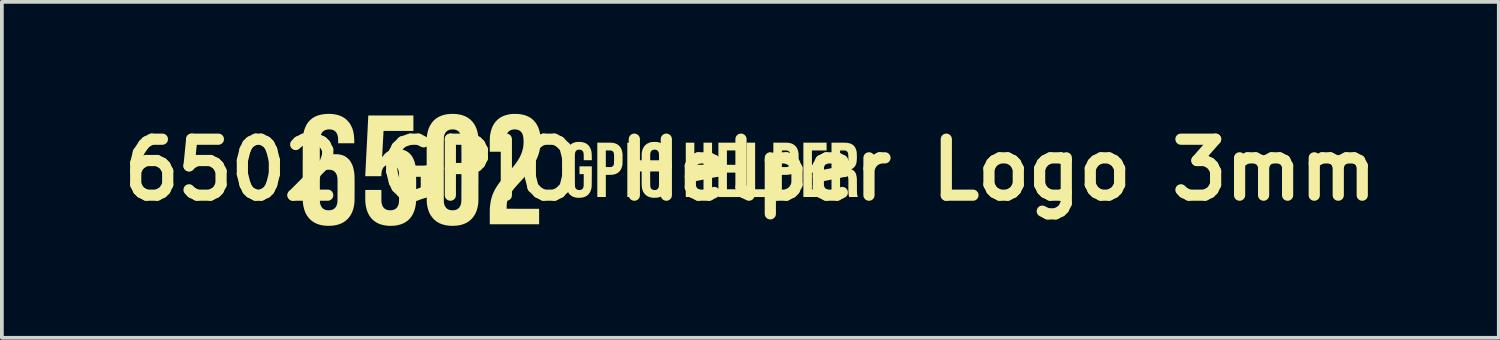
<source format=kicad_pcb>
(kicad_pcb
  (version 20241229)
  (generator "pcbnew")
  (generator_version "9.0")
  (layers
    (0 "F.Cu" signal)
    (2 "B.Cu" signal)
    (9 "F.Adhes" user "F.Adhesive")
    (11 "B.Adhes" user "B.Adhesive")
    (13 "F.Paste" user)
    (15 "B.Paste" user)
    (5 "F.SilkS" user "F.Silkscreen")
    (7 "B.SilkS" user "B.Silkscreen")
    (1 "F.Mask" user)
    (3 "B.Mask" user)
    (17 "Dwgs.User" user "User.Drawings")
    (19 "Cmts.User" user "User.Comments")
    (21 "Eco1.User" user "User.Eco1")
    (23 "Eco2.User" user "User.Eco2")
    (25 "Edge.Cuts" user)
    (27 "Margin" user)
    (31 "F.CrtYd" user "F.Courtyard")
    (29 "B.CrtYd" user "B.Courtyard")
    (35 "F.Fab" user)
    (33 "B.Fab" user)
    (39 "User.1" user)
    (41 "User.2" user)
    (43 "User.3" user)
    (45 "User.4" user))
  (footprint "6502 GPIO Helper Logo 3mm"
    (layer "F.Cu")
    (at 17.05 1.5)
    (property "Reference" "6502 GPIO Helper Logo 3mm" (at 0 0 0) (layer "F.SilkS") (effects (font (size 1.5 1.5) (thickness 0.3))))
    (attr board_only exclude_from_pos_files exclude_from_bom)
    (fp_poly (pts (xy -3.066 0) (xy -3.066 0.728) (xy -3.18 0.728) (xy -3.295 0.728) (xy -3.295 0) (xy -3.295 -0.728) (xy -3.18 -0.728) (xy -3.066 -0.728)) (stroke (width 0) (type solid)) (fill yes) (layer "F.SilkS"))
    (fp_poly (pts (xy 0.129 -0.104) (xy 0.129 0.52) (xy 0.317 0.52) (xy 0.505 0.52) (xy 0.505 0.624) (xy 0.505 0.728) (xy 0.203 0.728) (xy -0.099 0.728) (xy -0.099 0) (xy -0.099 -0.728) (xy 0.015 -0.728) (xy 0.129 -0.728)) (stroke (width 0) (type solid)) (fill yes) (layer "F.SilkS"))
    (fp_poly (pts (xy -1.5 -0.431) (xy -1.5 -0.135) (xy -1.377 -0.135) (xy -1.254 -0.135) (xy -1.254 -0.431) (xy -1.254 -0.728) (xy -1.14 -0.728) (xy -1.025 -0.728) (xy -1.025 0) (xy -1.025 0.728) (xy -1.14 0.728) (xy -1.254 0.728) (xy -1.254 0.401) (xy -1.254 0.074) (xy -1.377 0.074) (xy -1.5 0.074) (xy -1.5 0.401) (xy -1.5 0.728) (xy -1.614 0.728) (xy -1.729 0.728) (xy -1.729 0) (xy -1.729 -0.728) (xy -1.614 -0.728) (xy -1.5 -0.728)) (stroke (width 0) (type solid)) (fill yes) (layer "F.SilkS"))
    (fp_poly (pts (xy -0.231 -0.624) (xy -0.231 -0.52) (xy -0.429 -0.52) (xy -0.627 -0.52) (xy -0.627 -0.327) (xy -0.627 -0.135) (xy -0.47 -0.135) (xy -0.312 -0.135) (xy -0.312 -0.03) (xy -0.312 0.074) (xy -0.47 0.074) (xy -0.627 0.074) (xy -0.627 0.297) (xy -0.627 0.52) (xy -0.429 0.52) (xy -0.231 0.52) (xy -0.231 0.624) (xy -0.231 0.728) (xy -0.543 0.728) (xy -0.855 0.728) (xy -0.855 0) (xy -0.855 -0.728) (xy -0.543 -0.728) (xy -0.231 -0.728)) (stroke (width 0) (type solid)) (fill yes) (layer "F.SilkS"))
    (fp_poly (pts (xy 2.043 -0.624) (xy 2.043 -0.52) (xy 1.847 -0.52) (xy 1.65 -0.52) (xy 1.65 -0.327) (xy 1.65 -0.135) (xy 1.806 -0.135) (xy 1.839 -0.135) (xy 1.868 -0.134) (xy 1.892 -0.134) (xy 1.912 -0.134) (xy 1.928 -0.134) (xy 1.941 -0.134) (xy 1.95 -0.133) (xy 1.957 -0.133) (xy 1.961 -0.132) (xy 1.962 -0.132) (xy 1.962 -0.131) (xy 1.963 -0.128) (xy 1.963 -0.121) (xy 1.963 -0.109) (xy 1.963 -0.094) (xy 1.963 -0.076) (xy 1.963 -0.056) (xy 1.963 -0.034) (xy 1.963 -0.028) (xy 1.963 0.072) (xy 1.806 0.073) (xy 1.65 0.074) (xy 1.65 0.297) (xy 1.65 0.52) (xy 1.847 0.52) (xy 2.043 0.52) (xy 2.043 0.624) (xy 2.043 0.728) (xy 1.732 0.728) (xy 1.421 0.728) (xy 1.421 0) (xy 1.421 -0.728) (xy 1.732 -0.728) (xy 2.043 -0.728)) (stroke (width 0) (type solid)) (fill yes) (layer "F.SilkS"))
    (fp_poly (pts (xy -3.873 -0.728) (xy -3.838 -0.728) (xy -3.807 -0.728) (xy -3.781 -0.728) (xy -3.757 -0.728) (xy -3.737 -0.727) (xy -3.719 -0.726) (xy -3.704 -0.725) (xy -3.69 -0.724) (xy -3.678 -0.723) (xy -3.667 -0.721) (xy -3.657 -0.719) (xy -3.647 -0.716) (xy -3.637 -0.713) (xy -3.627 -0.71) (xy -3.623 -0.709) (xy -3.588 -0.695) (xy -3.556 -0.678) (xy -3.527 -0.656) (xy -3.501 -0.631) (xy -3.479 -0.602) (xy -3.462 -0.574) (xy -3.45 -0.545) (xy -3.439 -0.512) (xy -3.431 -0.477) (xy -3.425 -0.44) (xy -3.424 -0.433) (xy -3.423 -0.422) (xy -3.423 -0.407) (xy -3.422 -0.389) (xy -3.422 -0.368) (xy -3.422 -0.345) (xy -3.422 -0.32) (xy -3.422 -0.295) (xy -3.422 -0.269) (xy -3.423 -0.243) (xy -3.423 -0.219) (xy -3.424 -0.196) (xy -3.424 -0.175) (xy -3.425 -0.157) (xy -3.426 -0.143) (xy -3.427 -0.133) (xy -3.428 -0.129) (xy -3.436 -0.092) (xy -3.446 -0.059) (xy -3.458 -0.03) (xy -3.472 -0.003) (xy -3.488 0.021) (xy -3.507 0.044) (xy -3.527 0.062) (xy -3.546 0.078) (xy -3.568 0.091) (xy -3.577 0.096) (xy -3.597 0.106) (xy -3.617 0.113) (xy -3.637 0.12) (xy -3.658 0.125) (xy -3.682 0.129) (xy -3.708 0.132) (xy -3.737 0.133) (xy -3.77 0.134) (xy -3.797 0.134) (xy -3.871 0.135) (xy -3.871 0.431) (xy -3.871 0.728) (xy -3.985 0.728) (xy -4.099 0.728) (xy -4.099 0) (xy -4.099 -0.297) (xy -3.871 -0.297) (xy -3.871 -0.074) (xy -3.804 -0.074) (xy -3.781 -0.074) (xy -3.762 -0.074) (xy -3.747 -0.075) (xy -3.736 -0.075) (xy -3.728 -0.076) (xy -3.724 -0.077) (xy -3.704 -0.085) (xy -3.687 -0.095) (xy -3.674 -0.109) (xy -3.663 -0.127) (xy -3.656 -0.148) (xy -3.654 -0.159) (xy -3.653 -0.167) (xy -3.652 -0.179) (xy -3.651 -0.195) (xy -3.651 -0.214) (xy -3.65 -0.236) (xy -3.65 -0.259) (xy -3.65 -0.284) (xy -3.65 -0.308) (xy -3.65 -0.333) (xy -3.65 -0.356) (xy -3.65 -0.378) (xy -3.651 -0.397) (xy -3.652 -0.414) (xy -3.653 -0.426) (xy -3.654 -0.435) (xy -3.654 -0.435) (xy -3.66 -0.458) (xy -3.669 -0.477) (xy -3.68 -0.493) (xy -3.695 -0.504) (xy -3.698 -0.506) (xy -3.706 -0.51) (xy -3.713 -0.513) (xy -3.721 -0.516) (xy -3.73 -0.518) (xy -3.74 -0.519) (xy -3.754 -0.52) (xy -3.77 -0.52) (xy -3.79 -0.52) (xy -3.804 -0.52) (xy -3.871 -0.52) (xy -3.871 -0.297) (xy -4.099 -0.297) (xy -4.099 -0.728) (xy -3.913 -0.728)) (stroke (width 0) (type solid)) (fill yes) (layer "F.SilkS"))
    (fp_poly (pts (xy 0.842 -0.728) (xy 0.875 -0.728) (xy 0.905 -0.728) (xy 0.93 -0.728) (xy 0.953 -0.728) (xy 0.972 -0.727) (xy 0.988 -0.727) (xy 1.003 -0.726) (xy 1.015 -0.725) (xy 1.026 -0.724) (xy 1.036 -0.722) (xy 1.045 -0.721) (xy 1.055 -0.719) (xy 1.064 -0.717) (xy 1.072 -0.715) (xy 1.109 -0.703) (xy 1.143 -0.687) (xy 1.174 -0.668) (xy 1.201 -0.645) (xy 1.225 -0.618) (xy 1.246 -0.587) (xy 1.255 -0.571) (xy 1.261 -0.557) (xy 1.268 -0.54) (xy 1.274 -0.521) (xy 1.279 -0.501) (xy 1.284 -0.482) (xy 1.287 -0.466) (xy 1.289 -0.459) (xy 1.29 -0.451) (xy 1.291 -0.443) (xy 1.291 -0.435) (xy 1.292 -0.424) (xy 1.292 -0.412) (xy 1.293 -0.398) (xy 1.293 -0.38) (xy 1.293 -0.358) (xy 1.294 -0.333) (xy 1.294 -0.315) (xy 1.294 -0.281) (xy 1.294 -0.253) (xy 1.294 -0.228) (xy 1.294 -0.206) (xy 1.293 -0.188) (xy 1.292 -0.172) (xy 1.291 -0.157) (xy 1.29 -0.144) (xy 1.288 -0.132) (xy 1.286 -0.119) (xy 1.285 -0.118) (xy 1.276 -0.077) (xy 1.263 -0.041) (xy 1.246 -0.008) (xy 1.226 0.022) (xy 1.21 0.042) (xy 1.189 0.063) (xy 1.166 0.08) (xy 1.14 0.095) (xy 1.135 0.098) (xy 1.115 0.107) (xy 1.096 0.115) (xy 1.076 0.121) (xy 1.054 0.126) (xy 1.031 0.129) (xy 1.004 0.132) (xy 0.975 0.134) (xy 0.942 0.134) (xy 0.917 0.135) (xy 0.845 0.135) (xy 0.845 0.431) (xy 0.845 0.728) (xy 0.731 0.728) (xy 0.617 0.728) (xy 0.617 0) (xy 0.617 -0.297) (xy 0.845 -0.297) (xy 0.845 -0.074) (xy 0.912 -0.074) (xy 0.936 -0.074) (xy 0.955 -0.074) (xy 0.97 -0.075) (xy 0.981 -0.075) (xy 0.989 -0.077) (xy 0.991 -0.077) (xy 1.012 -0.084) (xy 1.028 -0.095) (xy 1.042 -0.109) (xy 1.052 -0.127) (xy 1.06 -0.148) (xy 1.062 -0.16) (xy 1.063 -0.168) (xy 1.064 -0.181) (xy 1.065 -0.197) (xy 1.065 -0.217) (xy 1.066 -0.238) (xy 1.066 -0.262) (xy 1.066 -0.286) (xy 1.066 -0.311) (xy 1.066 -0.335) (xy 1.066 -0.358) (xy 1.066 -0.379) (xy 1.065 -0.398) (xy 1.064 -0.414) (xy 1.063 -0.425) (xy 1.062 -0.432) (xy 1.057 -0.455) (xy 1.049 -0.474) (xy 1.039 -0.489) (xy 1.026 -0.501) (xy 1.01 -0.51) (xy 0.995 -0.515) (xy 0.989 -0.517) (xy 0.983 -0.518) (xy 0.976 -0.519) (xy 0.968 -0.52) (xy 0.957 -0.52) (xy 0.943 -0.52) (xy 0.925 -0.52) (xy 0.912 -0.52) (xy 0.845 -0.52) (xy 0.845 -0.297) (xy 0.617 -0.297) (xy 0.617 -0.728) (xy 0.803 -0.728)) (stroke (width 0) (type solid)) (fill yes) (layer "F.SilkS"))
    (fp_poly (pts (xy 2.402 -0.728) (xy 2.436 -0.728) (xy 2.465 -0.728) (xy 2.491 -0.728) (xy 2.514 -0.728) (xy 2.533 -0.727) (xy 2.55 -0.727) (xy 2.565 -0.726) (xy 2.578 -0.725) (xy 2.589 -0.724) (xy 2.599 -0.723) (xy 2.609 -0.722) (xy 2.618 -0.72) (xy 2.628 -0.718) (xy 2.628 -0.718) (xy 2.666 -0.708) (xy 2.7 -0.696) (xy 2.731 -0.68) (xy 2.758 -0.66) (xy 2.781 -0.637) (xy 2.801 -0.611) (xy 2.818 -0.58) (xy 2.832 -0.546) (xy 2.843 -0.507) (xy 2.847 -0.49) (xy 2.849 -0.475) (xy 2.851 -0.457) (xy 2.852 -0.434) (xy 2.854 -0.41) (xy 2.854 -0.384) (xy 2.855 -0.357) (xy 2.855 -0.33) (xy 2.854 -0.304) (xy 2.853 -0.291) (xy 2.851 -0.258) (xy 2.849 -0.229) (xy 2.845 -0.204) (xy 2.841 -0.182) (xy 2.835 -0.162) (xy 2.827 -0.142) (xy 2.819 -0.123) (xy 2.818 -0.121) (xy 2.801 -0.094) (xy 2.782 -0.07) (xy 2.759 -0.049) (xy 2.735 -0.032) (xy 2.717 -0.022) (xy 2.71 -0.019) (xy 2.706 -0.016) (xy 2.706 -0.014) (xy 2.708 -0.012) (xy 2.714 -0.009) (xy 2.717 -0.008) (xy 2.734 -0.001) (xy 2.752 0.009) (xy 2.769 0.022) (xy 2.784 0.035) (xy 2.8 0.054) (xy 2.814 0.075) (xy 2.826 0.099) (xy 2.835 0.126) (xy 2.843 0.157) (xy 2.849 0.193) (xy 2.851 0.204) (xy 2.852 0.213) (xy 2.853 0.221) (xy 2.853 0.23) (xy 2.854 0.24) (xy 2.854 0.252) (xy 2.855 0.265) (xy 2.855 0.281) (xy 2.855 0.299) (xy 2.855 0.321) (xy 2.855 0.347) (xy 2.856 0.377) (xy 2.856 0.395) (xy 2.856 0.439) (xy 2.856 0.478) (xy 2.856 0.513) (xy 2.856 0.544) (xy 2.857 0.571) (xy 2.858 0.595) (xy 2.859 0.616) (xy 2.86 0.634) (xy 2.861 0.65) (xy 2.863 0.664) (xy 2.865 0.676) (xy 2.868 0.688) (xy 2.87 0.698) (xy 2.873 0.708) (xy 2.874 0.711) (xy 2.88 0.728) (xy 2.764 0.728) (xy 2.648 0.728) (xy 2.644 0.713) (xy 2.641 0.702) (xy 2.639 0.692) (xy 2.637 0.68) (xy 2.635 0.668) (xy 2.633 0.654) (xy 2.632 0.639) (xy 2.631 0.622) (xy 2.63 0.602) (xy 2.629 0.58) (xy 2.628 0.554) (xy 2.628 0.525) (xy 2.627 0.492) (xy 2.627 0.455) (xy 2.627 0.414) (xy 2.627 0.39) (xy 2.627 0.356) (xy 2.627 0.327) (xy 2.627 0.303) (xy 2.627 0.282) (xy 2.626 0.265) (xy 2.626 0.251) (xy 2.625 0.239) (xy 2.625 0.23) (xy 2.624 0.223) (xy 2.623 0.217) (xy 2.618 0.191) (xy 2.611 0.17) (xy 2.601 0.152) (xy 2.59 0.138) (xy 2.575 0.126) (xy 2.56 0.118) (xy 2.549 0.113) (xy 2.537 0.11) (xy 2.523 0.107) (xy 2.506 0.106) (xy 2.486 0.104) (xy 2.462 0.104) (xy 2.456 0.104) (xy 2.404 0.104) (xy 2.404 0.416) (xy 2.404 0.728) (xy 2.289 0.728) (xy 2.175 0.728) (xy 2.175 0) (xy 2.175 -0.312) (xy 2.404 -0.312) (xy 2.404 -0.104) (xy 2.454 -0.104) (xy 2.471 -0.104) (xy 2.487 -0.105) (xy 2.502 -0.105) (xy 2.514 -0.106) (xy 2.521 -0.107) (xy 2.546 -0.112) (xy 2.568 -0.122) (xy 2.586 -0.136) (xy 2.6 -0.151) (xy 2.607 -0.162) (xy 2.613 -0.175) (xy 2.618 -0.19) (xy 2.621 -0.208) (xy 2.624 -0.23) (xy 2.626 -0.255) (xy 2.627 -0.284) (xy 2.627 -0.317) (xy 2.626 -0.341) (xy 2.625 -0.372) (xy 2.624 -0.397) (xy 2.622 -0.419) (xy 2.619 -0.438) (xy 2.615 -0.453) (xy 2.61 -0.466) (xy 2.603 -0.477) (xy 2.596 -0.487) (xy 2.591 -0.492) (xy 2.583 -0.5) (xy 2.575 -0.506) (xy 2.566 -0.511) (xy 2.556 -0.514) (xy 2.544 -0.517) (xy 2.529 -0.519) (xy 2.511 -0.52) (xy 2.489 -0.52) (xy 2.468 -0.52) (xy 2.404 -0.52) (xy 2.404 -0.312) (xy 2.175 -0.312) (xy 2.175 -0.728) (xy 2.363 -0.728)) (stroke (width 0) (type solid)) (fill yes) (layer "F.SilkS"))
    (fp_poly (pts (xy -6.273 -1.498) (xy -6.251 -1.498) (xy -6.23 -1.497) (xy -6.213 -1.496) (xy -6.201 -1.495) (xy -6.141 -1.487) (xy -6.085 -1.476) (xy -6.032 -1.461) (xy -5.983 -1.443) (xy -5.937 -1.421) (xy -5.893 -1.396) (xy -5.853 -1.368) (xy -5.847 -1.362) (xy -5.837 -1.354) (xy -5.826 -1.344) (xy -5.814 -1.332) (xy -5.802 -1.32) (xy -5.799 -1.317) (xy -5.764 -1.278) (xy -5.733 -1.235) (xy -5.706 -1.188) (xy -5.682 -1.138) (xy -5.662 -1.085) (xy -5.646 -1.028) (xy -5.633 -0.967) (xy -5.623 -0.903) (xy -5.62 -0.863) (xy -5.618 -0.841) (xy -5.618 -0.816) (xy -5.617 -0.789) (xy -5.617 -0.761) (xy -5.618 -0.733) (xy -5.619 -0.706) (xy -5.62 -0.683) (xy -5.621 -0.669) (xy -5.628 -0.607) (xy -5.639 -0.546) (xy -5.653 -0.486) (xy -5.67 -0.427) (xy -5.69 -0.368) (xy -5.714 -0.31) (xy -5.741 -0.251) (xy -5.773 -0.192) (xy -5.808 -0.132) (xy -5.847 -0.071) (xy -5.891 -0.008) (xy -5.939 0.055) (xy -5.991 0.121) (xy -6.011 0.145) (xy -6.03 0.168) (xy -6.05 0.191) (xy -6.069 0.213) (xy -6.089 0.236) (xy -6.111 0.26) (xy -6.135 0.286) (xy -6.161 0.315) (xy -6.175 0.33) (xy -6.218 0.377) (xy -6.257 0.42) (xy -6.293 0.461) (xy -6.325 0.499) (xy -6.354 0.535) (xy -6.38 0.569) (xy -6.403 0.602) (xy -6.423 0.633) (xy -6.442 0.663) (xy -6.458 0.691) (xy -6.472 0.72) (xy -6.484 0.748) (xy -6.494 0.776) (xy -6.503 0.804) (xy -6.504 0.807) (xy -6.512 0.839) (xy -6.518 0.87) (xy -6.523 0.902) (xy -6.526 0.936) (xy -6.527 0.973) (xy -6.527 0.986) (xy -6.527 1.042) (xy -6.092 1.043) (xy -5.658 1.043) (xy -5.658 1.25) (xy -5.658 1.457) (xy -6.319 1.457) (xy -6.98 1.457) (xy -6.98 1.262) (xy -6.98 1.23) (xy -6.98 1.199) (xy -6.98 1.168) (xy -6.98 1.14) (xy -6.979 1.113) (xy -6.979 1.089) (xy -6.979 1.069) (xy -6.978 1.052) (xy -6.978 1.039) (xy -6.978 1.031) (xy -6.971 0.958) (xy -6.962 0.889) (xy -6.95 0.823) (xy -6.935 0.76) (xy -6.917 0.699) (xy -6.895 0.64) (xy -6.869 0.582) (xy -6.84 0.525) (xy -6.806 0.468) (xy -6.768 0.41) (xy -6.728 0.353) (xy -6.708 0.326) (xy -6.687 0.3) (xy -6.666 0.274) (xy -6.644 0.248) (xy -6.62 0.22) (xy -6.595 0.191) (xy -6.566 0.159) (xy -6.534 0.125) (xy -6.527 0.117) (xy -6.477 0.062) (xy -6.43 0.009) (xy -6.387 -0.041) (xy -6.348 -0.088) (xy -6.312 -0.134) (xy -6.28 -0.177) (xy -6.25 -0.219) (xy -6.223 -0.26) (xy -6.199 -0.3) (xy -6.178 -0.338) (xy -6.159 -0.377) (xy -6.142 -0.414) (xy -6.127 -0.452) (xy -6.116 -0.484) (xy -6.101 -0.534) (xy -6.09 -0.582) (xy -6.082 -0.631) (xy -6.077 -0.68) (xy -6.074 -0.732) (xy -6.075 -0.777) (xy -6.077 -0.82) (xy -6.08 -0.859) (xy -6.086 -0.894) (xy -6.093 -0.925) (xy -6.102 -0.953) (xy -6.113 -0.977) (xy -6.126 -0.999) (xy -6.142 -1.018) (xy -6.144 -1.02) (xy -6.166 -1.04) (xy -6.191 -1.056) (xy -6.219 -1.069) (xy -6.25 -1.077) (xy -6.284 -1.082) (xy -6.295 -1.083) (xy -6.331 -1.083) (xy -6.366 -1.079) (xy -6.397 -1.071) (xy -6.426 -1.06) (xy -6.452 -1.045) (xy -6.464 -1.036) (xy -6.484 -1.017) (xy -6.501 -0.995) (xy -6.515 -0.97) (xy -6.527 -0.94) (xy -6.537 -0.907) (xy -6.542 -0.888) (xy -6.543 -0.883) (xy -6.543 -0.877) (xy -6.544 -0.872) (xy -6.545 -0.866) (xy -6.545 -0.858) (xy -6.546 -0.849) (xy -6.546 -0.838) (xy -6.547 -0.825) (xy -6.547 -0.809) (xy -6.547 -0.789) (xy -6.547 -0.767) (xy -6.547 -0.74) (xy -6.548 -0.709) (xy -6.548 -0.673) (xy -6.548 -0.673) (xy -6.549 -0.485) (xy -6.765 -0.485) (xy -6.98 -0.485) (xy -6.98 -0.657) (xy -6.98 -0.695) (xy -6.98 -0.729) (xy -6.98 -0.758) (xy -6.98 -0.784) (xy -6.979 -0.807) (xy -6.979 -0.827) (xy -6.978 -0.845) (xy -6.977 -0.861) (xy -6.976 -0.876) (xy -6.975 -0.89) (xy -6.973 -0.904) (xy -6.972 -0.918) (xy -6.97 -0.933) (xy -6.959 -0.994) (xy -6.945 -1.052) (xy -6.927 -1.107) (xy -6.906 -1.159) (xy -6.881 -1.207) (xy -6.852 -1.253) (xy -6.82 -1.294) (xy -6.784 -1.332) (xy -6.745 -1.366) (xy -6.706 -1.395) (xy -6.663 -1.42) (xy -6.617 -1.442) (xy -6.568 -1.46) (xy -6.515 -1.475) (xy -6.458 -1.487) (xy -6.398 -1.495) (xy -6.396 -1.495) (xy -6.383 -1.497) (xy -6.365 -1.497) (xy -6.344 -1.498) (xy -6.321 -1.498) (xy -6.297 -1.498)) (stroke (width 0) (type solid)) (fill yes) (layer "F.SilkS"))
    (fp_poly (pts (xy -4.552 -0.748) (xy -4.535 -0.747) (xy -4.531 -0.746) (xy -4.489 -0.739) (xy -4.45 -0.728) (xy -4.414 -0.714) (xy -4.382 -0.695) (xy -4.353 -0.673) (xy -4.328 -0.647) (xy -4.306 -0.617) (xy -4.287 -0.583) (xy -4.272 -0.546) (xy -4.271 -0.542) (xy -4.264 -0.523) (xy -4.259 -0.502) (xy -4.255 -0.481) (xy -4.252 -0.458) (xy -4.25 -0.433) (xy -4.248 -0.404) (xy -4.247 -0.373) (xy -4.247 -0.337) (xy -4.246 -0.324) (xy -4.246 -0.259) (xy -4.354 -0.259) (xy -4.462 -0.259) (xy -4.463 -0.347) (xy -4.463 -0.371) (xy -4.464 -0.391) (xy -4.464 -0.407) (xy -4.465 -0.419) (xy -4.465 -0.429) (xy -4.466 -0.437) (xy -4.467 -0.444) (xy -4.468 -0.45) (xy -4.469 -0.455) (xy -4.478 -0.479) (xy -4.489 -0.5) (xy -4.502 -0.516) (xy -4.519 -0.527) (xy -4.538 -0.536) (xy -4.561 -0.54) (xy -4.581 -0.541) (xy -4.603 -0.54) (xy -4.622 -0.537) (xy -4.638 -0.531) (xy -4.653 -0.522) (xy -4.662 -0.515) (xy -4.675 -0.5) (xy -4.685 -0.483) (xy -4.692 -0.463) (xy -4.697 -0.439) (xy -4.698 -0.433) (xy -4.699 -0.427) (xy -4.699 -0.416) (xy -4.699 -0.402) (xy -4.7 -0.383) (xy -4.7 -0.361) (xy -4.7 -0.335) (xy -4.7 -0.306) (xy -4.7 -0.274) (xy -4.701 -0.241) (xy -4.701 -0.205) (xy -4.701 -0.167) (xy -4.701 -0.128) (xy -4.701 -0.088) (xy -4.701 -0.047) (xy -4.701 -0.005) (xy -4.7 0.036) (xy -4.7 0.077) (xy -4.7 0.118) (xy -4.7 0.158) (xy -4.7 0.197) (xy -4.699 0.234) (xy -4.699 0.27) (xy -4.699 0.303) (xy -4.699 0.334) (xy -4.698 0.362) (xy -4.698 0.387) (xy -4.698 0.408) (xy -4.697 0.426) (xy -4.697 0.439) (xy -4.696 0.449) (xy -4.696 0.453) (xy -4.696 0.453) (xy -4.687 0.478) (xy -4.676 0.498) (xy -4.662 0.515) (xy -4.645 0.527) (xy -4.625 0.535) (xy -4.601 0.54) (xy -4.581 0.541) (xy -4.555 0.539) (xy -4.533 0.534) (xy -4.513 0.524) (xy -4.497 0.511) (xy -4.484 0.494) (xy -4.474 0.473) (xy -4.468 0.452) (xy -4.467 0.448) (xy -4.466 0.442) (xy -4.466 0.436) (xy -4.465 0.427) (xy -4.465 0.416) (xy -4.464 0.402) (xy -4.464 0.385) (xy -4.464 0.365) (xy -4.463 0.341) (xy -4.463 0.312) (xy -4.463 0.279) (xy -4.463 0.275) (xy -4.462 0.114) (xy -4.519 0.114) (xy -4.576 0.114) (xy -4.576 0.01) (xy -4.576 -0.094) (xy -4.411 -0.094) (xy -4.246 -0.094) (xy -4.247 0.172) (xy -4.247 0.215) (xy -4.248 0.254) (xy -4.248 0.289) (xy -4.248 0.319) (xy -4.248 0.345) (xy -4.248 0.369) (xy -4.249 0.389) (xy -4.249 0.406) (xy -4.25 0.421) (xy -4.25 0.434) (xy -4.251 0.445) (xy -4.251 0.454) (xy -4.252 0.463) (xy -4.253 0.47) (xy -4.254 0.478) (xy -4.256 0.485) (xy -4.257 0.493) (xy -4.258 0.497) (xy -4.263 0.516) (xy -4.269 0.536) (xy -4.276 0.557) (xy -4.283 0.576) (xy -4.288 0.587) (xy -4.308 0.62) (xy -4.33 0.649) (xy -4.355 0.675) (xy -4.384 0.696) (xy -4.416 0.714) (xy -4.451 0.729) (xy -4.49 0.739) (xy -4.529 0.746) (xy -4.542 0.747) (xy -4.56 0.748) (xy -4.579 0.748) (xy -4.6 0.748) (xy -4.62 0.748) (xy -4.638 0.747) (xy -4.653 0.745) (xy -4.657 0.745) (xy -4.698 0.737) (xy -4.736 0.725) (xy -4.77 0.71) (xy -4.801 0.69) (xy -4.829 0.667) (xy -4.84 0.656) (xy -4.863 0.629) (xy -4.882 0.598) (xy -4.898 0.564) (xy -4.911 0.527) (xy -4.92 0.486) (xy -4.926 0.441) (xy -4.927 0.438) (xy -4.927 0.432) (xy -4.927 0.421) (xy -4.928 0.405) (xy -4.928 0.386) (xy -4.928 0.363) (xy -4.928 0.336) (xy -4.929 0.306) (xy -4.929 0.274) (xy -4.929 0.239) (xy -4.929 0.203) (xy -4.929 0.164) (xy -4.929 0.124) (xy -4.929 0.084) (xy -4.929 0.042) (xy -4.929 0.000255) (xy -4.929 -0.042) (xy -4.929 -0.083) (xy -4.929 -0.124) (xy -4.929 -0.164) (xy -4.929 -0.202) (xy -4.929 -0.239) (xy -4.929 -0.274) (xy -4.929 -0.306) (xy -4.928 -0.336) (xy -4.928 -0.362) (xy -4.928 -0.386) (xy -4.928 -0.405) (xy -4.927 -0.421) (xy -4.927 -0.432) (xy -4.927 -0.438) (xy -4.927 -0.438) (xy -4.921 -0.483) (xy -4.912 -0.523) (xy -4.899 -0.56) (xy -4.884 -0.594) (xy -4.868 -0.621) (xy -4.845 -0.651) (xy -4.819 -0.676) (xy -4.789 -0.698) (xy -4.756 -0.716) (xy -4.72 -0.73) (xy -4.681 -0.741) (xy -4.672 -0.743) (xy -4.657 -0.745) (xy -4.638 -0.746) (xy -4.617 -0.748) (xy -4.594 -0.748) (xy -4.572 -0.748)) (stroke (width 0) (type solid)) (fill yes) (layer "F.SilkS"))
    (fp_poly (pts (xy -2.543 -0.747) (xy -2.527 -0.747) (xy -2.514 -0.747) (xy -2.504 -0.746) (xy -2.494 -0.745) (xy -2.485 -0.743) (xy -2.476 -0.742) (xy -2.438 -0.733) (xy -2.404 -0.721) (xy -2.374 -0.706) (xy -2.346 -0.688) (xy -2.32 -0.666) (xy -2.319 -0.665) (xy -2.294 -0.638) (xy -2.272 -0.607) (xy -2.254 -0.574) (xy -2.24 -0.538) (xy -2.229 -0.498) (xy -2.222 -0.458) (xy -2.222 -0.454) (xy -2.221 -0.448) (xy -2.221 -0.442) (xy -2.221 -0.434) (xy -2.22 -0.424) (xy -2.22 -0.412) (xy -2.22 -0.398) (xy -2.219 -0.381) (xy -2.219 -0.362) (xy -2.219 -0.34) (xy -2.219 -0.315) (xy -2.219 -0.286) (xy -2.219 -0.254) (xy -2.219 -0.218) (xy -2.219 -0.178) (xy -2.219 -0.134) (xy -2.219 -0.085) (xy -2.219 -0.031) (xy -2.219 0) (xy -2.219 0.056) (xy -2.219 0.108) (xy -2.219 0.154) (xy -2.219 0.197) (xy -2.219 0.235) (xy -2.219 0.269) (xy -2.219 0.299) (xy -2.219 0.327) (xy -2.219 0.35) (xy -2.219 0.371) (xy -2.22 0.389) (xy -2.22 0.404) (xy -2.22 0.418) (xy -2.22 0.429) (xy -2.221 0.438) (xy -2.221 0.445) (xy -2.221 0.451) (xy -2.222 0.456) (xy -2.222 0.458) (xy -2.23 0.501) (xy -2.241 0.541) (xy -2.256 0.577) (xy -2.274 0.61) (xy -2.296 0.64) (xy -2.319 0.665) (xy -2.345 0.687) (xy -2.373 0.706) (xy -2.404 0.721) (xy -2.439 0.733) (xy -2.474 0.741) (xy -2.484 0.743) (xy -2.495 0.745) (xy -2.508 0.746) (xy -2.524 0.747) (xy -2.542 0.747) (xy -2.555 0.747) (xy -2.571 0.748) (xy -2.587 0.748) (xy -2.6 0.748) (xy -2.61 0.748) (xy -2.616 0.747) (xy -2.617 0.747) (xy -2.622 0.746) (xy -2.631 0.745) (xy -2.642 0.743) (xy -2.649 0.742) (xy -2.685 0.734) (xy -2.719 0.723) (xy -2.752 0.707) (xy -2.782 0.688) (xy -2.809 0.667) (xy -2.822 0.653) (xy -2.845 0.625) (xy -2.865 0.595) (xy -2.881 0.561) (xy -2.893 0.525) (xy -2.903 0.485) (xy -2.909 0.443) (xy -2.909 0.437) (xy -2.909 0.427) (xy -2.91 0.412) (xy -2.91 0.394) (xy -2.91 0.371) (xy -2.91 0.345) (xy -2.911 0.316) (xy -2.911 0.284) (xy -2.911 0.25) (xy -2.911 0.214) (xy -2.911 0.176) (xy -2.911 0.136) (xy -2.911 0.096) (xy -2.911 0.055) (xy -2.911 0.013) (xy -2.911 -0.018) (xy -2.683 -0.018) (xy -2.683 0.023) (xy -2.683 0.065) (xy -2.683 0.106) (xy -2.683 0.146) (xy -2.683 0.185) (xy -2.683 0.223) (xy -2.683 0.259) (xy -2.682 0.292) (xy -2.682 0.323) (xy -2.682 0.351) (xy -2.681 0.377) (xy -2.681 0.398) (xy -2.681 0.416) (xy -2.68 0.43) (xy -2.68 0.439) (xy -2.679 0.443) (xy -2.674 0.467) (xy -2.666 0.487) (xy -2.656 0.503) (xy -2.642 0.517) (xy -2.635 0.522) (xy -2.619 0.531) (xy -2.6 0.537) (xy -2.579 0.541) (xy -2.558 0.541) (xy -2.536 0.539) (xy -2.517 0.534) (xy -2.509 0.531) (xy -2.491 0.52) (xy -2.476 0.505) (xy -2.464 0.487) (xy -2.455 0.465) (xy -2.45 0.447) (xy -2.449 0.444) (xy -2.449 0.441) (xy -2.448 0.437) (xy -2.448 0.432) (xy -2.448 0.426) (xy -2.447 0.419) (xy -2.447 0.41) (xy -2.447 0.399) (xy -2.446 0.386) (xy -2.446 0.371) (xy -2.446 0.353) (xy -2.446 0.332) (xy -2.446 0.308) (xy -2.446 0.281) (xy -2.446 0.25) (xy -2.446 0.216) (xy -2.446 0.178) (xy -2.446 0.135) (xy -2.446 0.088) (xy -2.446 0.036) (xy -2.446 0) (xy -2.446 -0.055) (xy -2.446 -0.105) (xy -2.446 -0.15) (xy -2.446 -0.191) (xy -2.446 -0.228) (xy -2.446 -0.261) (xy -2.446 -0.291) (xy -2.446 -0.317) (xy -2.446 -0.339) (xy -2.446 -0.359) (xy -2.446 -0.376) (xy -2.447 -0.391) (xy -2.447 -0.403) (xy -2.447 -0.413) (xy -2.447 -0.422) (xy -2.448 -0.429) (xy -2.448 -0.434) (xy -2.449 -0.439) (xy -2.449 -0.442) (xy -2.45 -0.445) (xy -2.45 -0.447) (xy -2.458 -0.473) (xy -2.468 -0.494) (xy -2.481 -0.512) (xy -2.498 -0.525) (xy -2.505 -0.529) (xy -2.518 -0.535) (xy -2.532 -0.538) (xy -2.547 -0.54) (xy -2.566 -0.541) (xy -2.592 -0.539) (xy -2.614 -0.533) (xy -2.633 -0.524) (xy -2.649 -0.511) (xy -2.662 -0.493) (xy -2.672 -0.472) (xy -2.679 -0.446) (xy -2.679 -0.443) (xy -2.68 -0.438) (xy -2.68 -0.428) (xy -2.681 -0.414) (xy -2.681 -0.396) (xy -2.682 -0.374) (xy -2.682 -0.348) (xy -2.682 -0.319) (xy -2.682 -0.288) (xy -2.683 -0.254) (xy -2.683 -0.218) (xy -2.683 -0.181) (xy -2.683 -0.141) (xy -2.683 -0.101) (xy -2.683 -0.06) (xy -2.683 -0.018) (xy -2.911 -0.018) (xy -2.911 -0.029) (xy -2.911 -0.071) (xy -2.911 -0.112) (xy -2.911 -0.152) (xy -2.911 -0.191) (xy -2.911 -0.228) (xy -2.911 -0.264) (xy -2.911 -0.297) (xy -2.911 -0.328) (xy -2.91 -0.356) (xy -2.91 -0.38) (xy -2.91 -0.401) (xy -2.91 -0.419) (xy -2.909 -0.432) (xy -2.909 -0.44) (xy -2.909 -0.443) (xy -2.902 -0.489) (xy -2.891 -0.531) (xy -2.877 -0.569) (xy -2.859 -0.604) (xy -2.838 -0.635) (xy -2.814 -0.662) (xy -2.785 -0.686) (xy -2.754 -0.706) (xy -2.719 -0.723) (xy -2.7 -0.73) (xy -2.683 -0.735) (xy -2.666 -0.739) (xy -2.65 -0.743) (xy -2.633 -0.745) (xy -2.615 -0.746) (xy -2.593 -0.747) (xy -2.568 -0.747) (xy -2.564 -0.747)) (stroke (width 0) (type solid)) (fill yes) (layer "F.SilkS"))
    (fp_poly (pts (xy -9.026 -1.25) (xy -9.026 -1.043) (xy -9.425 -1.043) (xy -9.825 -1.043) (xy -9.827 -1.022) (xy -9.827 -1.017) (xy -9.828 -1.007) (xy -9.828 -0.993) (xy -9.829 -0.974) (xy -9.831 -0.952) (xy -9.832 -0.927) (xy -9.834 -0.898) (xy -9.835 -0.867) (xy -9.837 -0.833) (xy -9.839 -0.798) (xy -9.841 -0.76) (xy -9.843 -0.721) (xy -9.845 -0.693) (xy -9.847 -0.653) (xy -9.849 -0.615) (xy -9.851 -0.578) (xy -9.852 -0.543) (xy -9.854 -0.51) (xy -9.856 -0.48) (xy -9.857 -0.452) (xy -9.859 -0.428) (xy -9.86 -0.407) (xy -9.861 -0.39) (xy -9.862 -0.377) (xy -9.862 -0.368) (xy -9.862 -0.365) (xy -9.863 -0.355) (xy -9.863 -0.349) (xy -9.862 -0.346) (xy -9.86 -0.345) (xy -9.859 -0.345) (xy -9.855 -0.348) (xy -9.85 -0.354) (xy -9.842 -0.364) (xy -9.841 -0.366) (xy -9.812 -0.404) (xy -9.781 -0.438) (xy -9.747 -0.467) (xy -9.71 -0.493) (xy -9.67 -0.515) (xy -9.628 -0.532) (xy -9.583 -0.545) (xy -9.535 -0.553) (xy -9.486 -0.558) (xy -9.436 -0.557) (xy -9.385 -0.553) (xy -9.337 -0.546) (xy -9.293 -0.535) (xy -9.251 -0.52) (xy -9.212 -0.501) (xy -9.179 -0.481) (xy -9.144 -0.455) (xy -9.112 -0.425) (xy -9.083 -0.39) (xy -9.056 -0.352) (xy -9.033 -0.309) (xy -9.012 -0.263) (xy -8.994 -0.213) (xy -8.98 -0.16) (xy -8.968 -0.103) (xy -8.965 -0.082) (xy -8.963 -0.071) (xy -8.962 -0.06) (xy -8.961 -0.05) (xy -8.959 -0.04) (xy -8.958 -0.03) (xy -8.957 -0.02) (xy -8.956 -0.008) (xy -8.956 0.004) (xy -8.955 0.018) (xy -8.955 0.033) (xy -8.954 0.051) (xy -8.954 0.07) (xy -8.953 0.092) (xy -8.953 0.116) (xy -8.953 0.143) (xy -8.953 0.174) (xy -8.953 0.208) (xy -8.952 0.246) (xy -8.952 0.287) (xy -8.952 0.333) (xy -8.952 0.384) (xy -8.952 0.434) (xy -8.952 0.492) (xy -8.952 0.547) (xy -8.952 0.597) (xy -8.953 0.643) (xy -8.953 0.686) (xy -8.953 0.724) (xy -8.953 0.758) (xy -8.953 0.788) (xy -8.954 0.813) (xy -8.954 0.833) (xy -8.954 0.848) (xy -8.955 0.859) (xy -8.955 0.863) (xy -8.962 0.929) (xy -8.973 0.992) (xy -8.987 1.051) (xy -9.005 1.107) (xy -9.027 1.159) (xy -9.052 1.207) (xy -9.08 1.253) (xy -9.112 1.294) (xy -9.148 1.332) (xy -9.187 1.367) (xy -9.227 1.395) (xy -9.269 1.42) (xy -9.315 1.442) (xy -9.365 1.46) (xy -9.418 1.475) (xy -9.474 1.487) (xy -9.532 1.495) (xy -9.542 1.496) (xy -9.556 1.497) (xy -9.572 1.497) (xy -9.591 1.498) (xy -9.61 1.498) (xy -9.629 1.499) (xy -9.647 1.499) (xy -9.663 1.499) (xy -9.677 1.499) (xy -9.686 1.499) (xy -9.688 1.499) (xy -9.712 1.497) (xy -9.73 1.495) (xy -9.746 1.493) (xy -9.759 1.492) (xy -9.77 1.491) (xy -9.781 1.489) (xy -9.791 1.487) (xy -9.794 1.487) (xy -9.851 1.475) (xy -9.905 1.46) (xy -9.956 1.44) (xy -10.004 1.417) (xy -10.049 1.389) (xy -10.086 1.362) (xy -10.095 1.354) (xy -10.106 1.344) (xy -10.119 1.332) (xy -10.131 1.32) (xy -10.134 1.317) (xy -10.168 1.278) (xy -10.199 1.236) (xy -10.226 1.19) (xy -10.249 1.141) (xy -10.269 1.088) (xy -10.286 1.032) (xy -10.299 0.972) (xy -10.308 0.908) (xy -10.313 0.862) (xy -10.313 0.853) (xy -10.314 0.84) (xy -10.314 0.823) (xy -10.314 0.803) (xy -10.315 0.779) (xy -10.315 0.754) (xy -10.315 0.727) (xy -10.315 0.7) (xy -10.315 0.684) (xy -10.315 0.538) (xy -10.1 0.538) (xy -9.884 0.538) (xy -9.883 0.7) (xy -9.883 0.733) (xy -9.883 0.762) (xy -9.883 0.787) (xy -9.882 0.808) (xy -9.882 0.825) (xy -9.882 0.839) (xy -9.881 0.851) (xy -9.881 0.861) (xy -9.88 0.869) (xy -9.879 0.876) (xy -9.879 0.881) (xy -9.878 0.886) (xy -9.873 0.908) (xy -9.866 0.931) (xy -9.858 0.953) (xy -9.85 0.973) (xy -9.845 0.982) (xy -9.836 0.996) (xy -9.825 1.01) (xy -9.811 1.025) (xy -9.797 1.038) (xy -9.784 1.049) (xy -9.777 1.053) (xy -9.752 1.065) (xy -9.724 1.074) (xy -9.694 1.08) (xy -9.662 1.083) (xy -9.629 1.083) (xy -9.597 1.08) (xy -9.567 1.073) (xy -9.556 1.07) (xy -9.527 1.059) (xy -9.501 1.043) (xy -9.478 1.023) (xy -9.459 1) (xy -9.443 0.972) (xy -9.429 0.941) (xy -9.419 0.906) (xy -9.413 0.867) (xy -9.412 0.86) (xy -9.412 0.854) (xy -9.411 0.843) (xy -9.411 0.828) (xy -9.411 0.809) (xy -9.41 0.786) (xy -9.41 0.761) (xy -9.41 0.732) (xy -9.41 0.7) (xy -9.41 0.667) (xy -9.409 0.631) (xy -9.409 0.594) (xy -9.409 0.556) (xy -9.409 0.517) (xy -9.409 0.478) (xy -9.409 0.439) (xy -9.409 0.4) (xy -9.409 0.361) (xy -9.409 0.324) (xy -9.409 0.288) (xy -9.41 0.254) (xy -9.41 0.222) (xy -9.41 0.192) (xy -9.41 0.166) (xy -9.41 0.142) (xy -9.411 0.122) (xy -9.411 0.106) (xy -9.411 0.094) (xy -9.412 0.086) (xy -9.412 0.085) (xy -9.418 0.045) (xy -9.427 0.009) (xy -9.44 -0.023) (xy -9.455 -0.051) (xy -9.473 -0.076) (xy -9.495 -0.096) (xy -9.52 -0.113) (xy -9.548 -0.126) (xy -9.58 -0.135) (xy -9.584 -0.136) (xy -9.602 -0.139) (xy -9.623 -0.141) (xy -9.645 -0.141) (xy -9.668 -0.14) (xy -9.69 -0.139) (xy -9.709 -0.136) (xy -9.714 -0.135) (xy -9.745 -0.126) (xy -9.773 -0.112) (xy -9.798 -0.095) (xy -9.82 -0.075) (xy -9.838 -0.05) (xy -9.854 -0.021) (xy -9.866 0.011) (xy -9.875 0.048) (xy -9.881 0.088) (xy -9.883 0.126) (xy -9.885 0.17) (xy -10.1 0.17) (xy -10.315 0.17) (xy -10.315 0.161) (xy -10.315 0.157) (xy -10.315 0.149) (xy -10.314 0.136) (xy -10.313 0.119) (xy -10.312 0.097) (xy -10.311 0.072) (xy -10.31 0.042) (xy -10.308 0.009) (xy -10.306 -0.028) (xy -10.304 -0.068) (xy -10.302 -0.111) (xy -10.299 -0.158) (xy -10.297 -0.206) (xy -10.294 -0.258) (xy -10.292 -0.312) (xy -10.289 -0.368) (xy -10.286 -0.426) (xy -10.283 -0.485) (xy -10.28 -0.546) (xy -10.276 -0.609) (xy -10.275 -0.643) (xy -10.271 -0.707) (xy -10.268 -0.769) (xy -10.265 -0.829) (xy -10.262 -0.888) (xy -10.259 -0.945) (xy -10.257 -1) (xy -10.254 -1.053) (xy -10.251 -1.103) (xy -10.249 -1.151) (xy -10.247 -1.196) (xy -10.245 -1.238) (xy -10.243 -1.276) (xy -10.241 -1.311) (xy -10.239 -1.343) (xy -10.238 -1.371) (xy -10.237 -1.395) (xy -10.236 -1.414) (xy -10.235 -1.43) (xy -10.234 -1.44) (xy -10.234 -1.446) (xy -10.234 -1.447) (xy -10.234 -1.457) (xy -9.63 -1.457) (xy -9.026 -1.457)) (stroke (width 0) (type solid)) (fill yes) (layer "F.SilkS"))
    (fp_poly (pts (xy -7.961 -1.499) (xy -7.933 -1.498) (xy -7.907 -1.497) (xy -7.884 -1.496) (xy -7.866 -1.494) (xy -7.806 -1.485) (xy -7.75 -1.473) (xy -7.698 -1.458) (xy -7.65 -1.44) (xy -7.604 -1.418) (xy -7.562 -1.393) (xy -7.522 -1.364) (xy -7.485 -1.332) (xy -7.477 -1.324) (xy -7.442 -1.287) (xy -7.411 -1.246) (xy -7.383 -1.204) (xy -7.359 -1.158) (xy -7.338 -1.108) (xy -7.32 -1.056) (xy -7.306 -0.999) (xy -7.294 -0.939) (xy -7.288 -0.893) (xy -7.288 -0.89) (xy -7.287 -0.886) (xy -7.287 -0.881) (xy -7.287 -0.876) (xy -7.286 -0.871) (xy -7.286 -0.864) (xy -7.286 -0.857) (xy -7.285 -0.848) (xy -7.285 -0.838) (xy -7.285 -0.826) (xy -7.285 -0.813) (xy -7.285 -0.797) (xy -7.284 -0.78) (xy -7.284 -0.761) (xy -7.284 -0.739) (xy -7.284 -0.714) (xy -7.284 -0.687) (xy -7.284 -0.657) (xy -7.284 -0.624) (xy -7.284 -0.587) (xy -7.284 -0.548) (xy -7.284 -0.504) (xy -7.284 -0.457) (xy -7.283 -0.406) (xy -7.283 -0.351) (xy -7.283 -0.292) (xy -7.283 -0.229) (xy -7.283 -0.161) (xy -7.283 -0.088) (xy -7.283 -0.01) (xy -7.283 0) (xy -7.283 0.078) (xy -7.283 0.152) (xy -7.283 0.22) (xy -7.283 0.285) (xy -7.283 0.344) (xy -7.283 0.4) (xy -7.284 0.451) (xy -7.284 0.499) (xy -7.284 0.542) (xy -7.284 0.583) (xy -7.284 0.619) (xy -7.284 0.653) (xy -7.284 0.683) (xy -7.284 0.711) (xy -7.284 0.736) (xy -7.284 0.758) (xy -7.284 0.778) (xy -7.285 0.795) (xy -7.285 0.811) (xy -7.285 0.825) (xy -7.285 0.836) (xy -7.285 0.847) (xy -7.286 0.856) (xy -7.286 0.863) (xy -7.286 0.87) (xy -7.286 0.876) (xy -7.287 0.881) (xy -7.287 0.885) (xy -7.288 0.889) (xy -7.288 0.893) (xy -7.288 0.893) (xy -7.293 0.93) (xy -7.299 0.965) (xy -7.305 0.998) (xy -7.312 1.027) (xy -7.313 1.029) (xy -7.33 1.086) (xy -7.351 1.14) (xy -7.376 1.19) (xy -7.404 1.236) (xy -7.436 1.279) (xy -7.471 1.319) (xy -7.51 1.354) (xy -7.551 1.386) (xy -7.597 1.414) (xy -7.645 1.438) (xy -7.697 1.458) (xy -7.751 1.474) (xy -7.77 1.478) (xy -7.819 1.488) (xy -7.872 1.494) (xy -7.926 1.498) (xy -7.981 1.5) (xy -8.036 1.498) (xy -8.049 1.497) (xy -8.112 1.491) (xy -8.172 1.481) (xy -8.228 1.467) (xy -8.282 1.449) (xy -8.332 1.427) (xy -8.379 1.401) (xy -8.422 1.371) (xy -8.463 1.337) (xy -8.5 1.3) (xy -8.533 1.258) (xy -8.551 1.233) (xy -8.575 1.195) (xy -8.596 1.155) (xy -8.614 1.113) (xy -8.629 1.068) (xy -8.643 1.02) (xy -8.654 0.969) (xy -8.663 0.913) (xy -8.665 0.901) (xy -8.665 0.898) (xy -8.666 0.894) (xy -8.666 0.89) (xy -8.666 0.885) (xy -8.667 0.879) (xy -8.667 0.872) (xy -8.667 0.863) (xy -8.667 0.854) (xy -8.668 0.842) (xy -8.668 0.829) (xy -8.668 0.814) (xy -8.668 0.797) (xy -8.668 0.777) (xy -8.668 0.755) (xy -8.669 0.731) (xy -8.669 0.703) (xy -8.669 0.673) (xy -8.669 0.64) (xy -8.669 0.603) (xy -8.669 0.563) (xy -8.669 0.519) (xy -8.669 0.472) (xy -8.669 0.421) (xy -8.67 0.365) (xy -8.67 0.306) (xy -8.67 0.242) (xy -8.67 0.173) (xy -8.67 0.099) (xy -8.67 0.024) (xy -8.67 -0.063) (xy -8.67 -0.145) (xy -8.67 -0.186) (xy -8.212 -0.186) (xy -8.212 -0.114) (xy -8.212 -0.038) (xy -8.212 0) (xy -8.212 0.079) (xy -8.212 0.153) (xy -8.212 0.222) (xy -8.212 0.286) (xy -8.212 0.346) (xy -8.212 0.402) (xy -8.212 0.454) (xy -8.212 0.502) (xy -8.212 0.546) (xy -8.212 0.587) (xy -8.212 0.624) (xy -8.212 0.658) (xy -8.212 0.689) (xy -8.212 0.717) (xy -8.212 0.742) (xy -8.211 0.764) (xy -8.211 0.784) (xy -8.211 0.802) (xy -8.211 0.818) (xy -8.21 0.832) (xy -8.21 0.844) (xy -8.209 0.854) (xy -8.209 0.864) (xy -8.208 0.871) (xy -8.208 0.878) (xy -8.207 0.884) (xy -8.207 0.889) (xy -8.206 0.893) (xy -8.205 0.897) (xy -8.204 0.901) (xy -8.203 0.905) (xy -8.202 0.908) (xy -8.201 0.912) (xy -8.201 0.914) (xy -8.19 0.948) (xy -8.176 0.978) (xy -8.159 1.005) (xy -8.138 1.028) (xy -8.115 1.047) (xy -8.088 1.062) (xy -8.059 1.073) (xy -8.056 1.074) (xy -8.032 1.079) (xy -8.005 1.082) (xy -7.976 1.083) (xy -7.948 1.082) (xy -7.921 1.079) (xy -7.908 1.076) (xy -7.88 1.068) (xy -7.853 1.055) (xy -7.828 1.039) (xy -7.807 1.021) (xy -7.796 1.008) (xy -7.78 0.983) (xy -7.766 0.955) (xy -7.755 0.922) (xy -7.747 0.887) (xy -7.742 0.851) (xy -7.741 0.846) (xy -7.741 0.836) (xy -7.741 0.822) (xy -7.741 0.803) (xy -7.741 0.781) (xy -7.74 0.754) (xy -7.74 0.724) (xy -7.74 0.69) (xy -7.74 0.653) (xy -7.74 0.613) (xy -7.74 0.57) (xy -7.74 0.525) (xy -7.74 0.478) (xy -7.739 0.428) (xy -7.739 0.377) (xy -7.739 0.324) (xy -7.739 0.27) (xy -7.739 0.214) (xy -7.739 0.158) (xy -7.739 0.101) (xy -7.739 0.044) (xy -7.739 -0.013) (xy -7.739 -0.071) (xy -7.739 -0.128) (xy -7.739 -0.185) (xy -7.739 -0.241) (xy -7.739 -0.295) (xy -7.739 -0.349) (xy -7.739 -0.401) (xy -7.74 -0.452) (xy -7.74 -0.5) (xy -7.74 -0.547) (xy -7.74 -0.591) (xy -7.74 -0.632) (xy -7.74 -0.671) (xy -7.74 -0.706) (xy -7.74 -0.738) (xy -7.74 -0.767) (xy -7.741 -0.792) (xy -7.741 -0.813) (xy -7.741 -0.829) (xy -7.741 -0.841) (xy -7.741 -0.849) (xy -7.742 -0.851) (xy -7.747 -0.889) (xy -7.755 -0.925) (xy -7.767 -0.957) (xy -7.781 -0.985) (xy -7.796 -1.008) (xy -7.815 -1.028) (xy -7.838 -1.046) (xy -7.864 -1.061) (xy -7.892 -1.072) (xy -7.909 -1.077) (xy -7.927 -1.08) (xy -7.948 -1.082) (xy -7.971 -1.083) (xy -7.994 -1.082) (xy -8.015 -1.081) (xy -8.034 -1.079) (xy -8.039 -1.078) (xy -8.071 -1.069) (xy -8.1 -1.056) (xy -8.126 -1.039) (xy -8.148 -1.018) (xy -8.168 -0.993) (xy -8.183 -0.965) (xy -8.196 -0.933) (xy -8.201 -0.914) (xy -8.202 -0.91) (xy -8.203 -0.906) (xy -8.204 -0.903) (xy -8.205 -0.899) (xy -8.206 -0.895) (xy -8.206 -0.891) (xy -8.207 -0.886) (xy -8.208 -0.881) (xy -8.208 -0.875) (xy -8.209 -0.867) (xy -8.209 -0.859) (xy -8.21 -0.849) (xy -8.21 -0.838) (xy -8.21 -0.825) (xy -8.211 -0.81) (xy -8.211 -0.793) (xy -8.211 -0.774) (xy -8.211 -0.753) (xy -8.212 -0.729) (xy -8.212 -0.702) (xy -8.212 -0.673) (xy -8.212 -0.64) (xy -8.212 -0.605) (xy -8.212 -0.566) (xy -8.212 -0.523) (xy -8.212 -0.477) (xy -8.212 -0.427) (xy -8.212 -0.373) (xy -8.212 -0.315) (xy -8.212 -0.253) (xy -8.212 -0.186) (xy -8.67 -0.186) (xy -8.67 -0.222) (xy -8.67 -0.294) (xy -8.67 -0.361) (xy -8.67 -0.424) (xy -8.67 -0.482) (xy -8.67 -0.535) (xy -8.67 -0.585) (xy -8.67 -0.629) (xy -8.67 -0.67) (xy -8.67 -0.706) (xy -8.67 -0.739) (xy -8.669 -0.767) (xy -8.669 -0.792) (xy -8.669 -0.812) (xy -8.669 -0.829) (xy -8.669 -0.842) (xy -8.668 -0.851) (xy -8.668 -0.857) (xy -8.668 -0.858) (xy -8.661 -0.923) (xy -8.651 -0.984) (xy -8.637 -1.042) (xy -8.62 -1.096) (xy -8.599 -1.147) (xy -8.574 -1.196) (xy -8.551 -1.233) (xy -8.52 -1.276) (xy -8.486 -1.314) (xy -8.449 -1.35) (xy -8.409 -1.381) (xy -8.366 -1.408) (xy -8.32 -1.432) (xy -8.27 -1.453) (xy -8.217 -1.469) (xy -8.16 -1.483) (xy -8.1 -1.493) (xy -8.087 -1.494) (xy -8.067 -1.496) (xy -8.043 -1.497) (xy -8.017 -1.498) (xy -7.989 -1.499)) (stroke (width 0) (type solid)) (fill yes) (layer "F.SilkS"))
    (fp_poly (pts (xy -11.238 -1.498) (xy -11.182 -1.494) (xy -11.127 -1.486) (xy -11.074 -1.475) (xy -11.071 -1.475) (xy -11.017 -1.459) (xy -10.966 -1.439) (xy -10.918 -1.415) (xy -10.873 -1.387) (xy -10.832 -1.356) (xy -10.794 -1.32) (xy -10.759 -1.281) (xy -10.728 -1.239) (xy -10.7 -1.192) (xy -10.676 -1.142) (xy -10.662 -1.108) (xy -10.648 -1.066) (xy -10.636 -1.024) (xy -10.627 -0.98) (xy -10.62 -0.934) (xy -10.615 -0.885) (xy -10.612 -0.832) (xy -10.61 -0.793) (xy -10.609 -0.713) (xy -10.825 -0.713) (xy -11.041 -0.713) (xy -11.042 -0.786) (xy -11.043 -0.814) (xy -11.043 -0.838) (xy -11.044 -0.857) (xy -11.046 -0.872) (xy -11.047 -0.882) (xy -11.056 -0.92) (xy -11.067 -0.953) (xy -11.081 -0.982) (xy -11.098 -1.008) (xy -11.118 -1.029) (xy -11.141 -1.048) (xy -11.168 -1.062) (xy -11.172 -1.064) (xy -11.2 -1.074) (xy -11.231 -1.08) (xy -11.264 -1.084) (xy -11.298 -1.083) (xy -11.331 -1.08) (xy -11.363 -1.073) (xy -11.392 -1.062) (xy -11.407 -1.056) (xy -11.43 -1.042) (xy -11.449 -1.026) (xy -11.467 -1.008) (xy -11.482 -0.986) (xy -11.495 -0.961) (xy -11.506 -0.933) (xy -11.515 -0.901) (xy -11.523 -0.864) (xy -11.529 -0.823) (xy -11.529 -0.821) (xy -11.529 -0.815) (xy -11.53 -0.803) (xy -11.53 -0.786) (xy -11.531 -0.765) (xy -11.531 -0.739) (xy -11.532 -0.708) (xy -11.532 -0.672) (xy -11.532 -0.632) (xy -11.532 -0.587) (xy -11.533 -0.538) (xy -11.533 -0.484) (xy -11.533 -0.483) (xy -11.533 -0.436) (xy -11.533 -0.395) (xy -11.533 -0.358) (xy -11.533 -0.325) (xy -11.533 -0.296) (xy -11.534 -0.271) (xy -11.533 -0.249) (xy -11.533 -0.231) (xy -11.533 -0.215) (xy -11.533 -0.203) (xy -11.533 -0.193) (xy -11.533 -0.185) (xy -11.532 -0.178) (xy -11.532 -0.174) (xy -11.532 -0.171) (xy -11.531 -0.169) (xy -11.531 -0.168) (xy -11.53 -0.168) (xy -11.529 -0.168) (xy -11.529 -0.168) (xy -11.526 -0.169) (xy -11.522 -0.173) (xy -11.517 -0.181) (xy -11.51 -0.193) (xy -11.509 -0.196) (xy -11.483 -0.237) (xy -11.455 -0.274) (xy -11.424 -0.307) (xy -11.391 -0.335) (xy -11.354 -0.36) (xy -11.315 -0.38) (xy -11.272 -0.396) (xy -11.227 -0.408) (xy -11.187 -0.415) (xy -11.167 -0.417) (xy -11.143 -0.419) (xy -11.117 -0.419) (xy -11.091 -0.419) (xy -11.065 -0.419) (xy -11.042 -0.417) (xy -11.025 -0.415) (xy -10.976 -0.406) (xy -10.929 -0.393) (xy -10.886 -0.376) (xy -10.846 -0.355) (xy -10.81 -0.33) (xy -10.776 -0.301) (xy -10.744 -0.268) (xy -10.716 -0.231) (xy -10.691 -0.189) (xy -10.668 -0.143) (xy -10.658 -0.119) (xy -10.644 -0.081) (xy -10.632 -0.037) (xy -10.622 0.01) (xy -10.613 0.06) (xy -10.607 0.114) (xy -10.604 0.138) (xy -10.604 0.147) (xy -10.603 0.16) (xy -10.603 0.178) (xy -10.602 0.199) (xy -10.602 0.224) (xy -10.602 0.252) (xy -10.601 0.283) (xy -10.601 0.316) (xy -10.601 0.351) (xy -10.601 0.387) (xy -10.601 0.425) (xy -10.601 0.464) (xy -10.601 0.502) (xy -10.601 0.541) (xy -10.601 0.58) (xy -10.601 0.617) (xy -10.601 0.654) (xy -10.601 0.689) (xy -10.601 0.722) (xy -10.602 0.753) (xy -10.602 0.781) (xy -10.602 0.806) (xy -10.603 0.828) (xy -10.603 0.846) (xy -10.604 0.859) (xy -10.604 0.868) (xy -10.604 0.869) (xy -10.612 0.931) (xy -10.622 0.989) (xy -10.635 1.043) (xy -10.651 1.094) (xy -10.67 1.141) (xy -10.692 1.186) (xy -10.716 1.227) (xy -10.748 1.271) (xy -10.782 1.311) (xy -10.82 1.347) (xy -10.861 1.379) (xy -10.904 1.408) (xy -10.951 1.432) (xy -11.002 1.453) (xy -11.056 1.47) (xy -11.113 1.483) (xy -11.173 1.493) (xy -11.183 1.494) (xy -11.196 1.495) (xy -11.212 1.496) (xy -11.23 1.497) (xy -11.25 1.498) (xy -11.271 1.498) (xy -11.292 1.499) (xy -11.311 1.499) (xy -11.328 1.499) (xy -11.342 1.499) (xy -11.35 1.499) (xy -11.397 1.494) (xy -11.441 1.489) (xy -11.48 1.483) (xy -11.517 1.475) (xy -11.552 1.465) (xy -11.585 1.454) (xy -11.618 1.441) (xy -11.651 1.426) (xy -11.661 1.421) (xy -11.701 1.398) (xy -11.739 1.372) (xy -11.775 1.343) (xy -11.804 1.314) (xy -11.838 1.276) (xy -11.869 1.235) (xy -11.896 1.191) (xy -11.92 1.144) (xy -11.94 1.094) (xy -11.956 1.041) (xy -11.97 0.984) (xy -11.98 0.923) (xy -11.986 0.859) (xy -11.988 0.839) (xy -11.988 0.833) (xy -11.988 0.821) (xy -11.989 0.805) (xy -11.989 0.785) (xy -11.989 0.761) (xy -11.989 0.733) (xy -11.989 0.701) (xy -11.99 0.666) (xy -11.99 0.628) (xy -11.99 0.586) (xy -11.99 0.543) (xy -11.99 0.524) (xy -11.532 0.524) (xy -11.532 0.541) (xy -11.532 0.588) (xy -11.532 0.631) (xy -11.532 0.67) (xy -11.532 0.704) (xy -11.532 0.735) (xy -11.532 0.761) (xy -11.532 0.785) (xy -11.531 0.805) (xy -11.531 0.823) (xy -11.531 0.839) (xy -11.53 0.852) (xy -11.529 0.863) (xy -11.528 0.873) (xy -11.527 0.882) (xy -11.526 0.89) (xy -11.525 0.897) (xy -11.523 0.904) (xy -11.521 0.91) (xy -11.519 0.917) (xy -11.517 0.925) (xy -11.505 0.958) (xy -11.49 0.988) (xy -11.472 1.013) (xy -11.45 1.035) (xy -11.426 1.052) (xy -11.398 1.066) (xy -11.367 1.075) (xy -11.351 1.079) (xy -11.341 1.08) (xy -11.333 1.082) (xy -11.328 1.083) (xy -11.328 1.083) (xy -11.322 1.083) (xy -11.313 1.083) (xy -11.3 1.083) (xy -11.286 1.083) (xy -11.272 1.082) (xy -11.258 1.081) (xy -11.245 1.08) (xy -11.236 1.078) (xy -11.233 1.078) (xy -11.2 1.069) (xy -11.172 1.056) (xy -11.146 1.04) (xy -11.124 1.019) (xy -11.105 0.996) (xy -11.089 0.968) (xy -11.077 0.936) (xy -11.067 0.901) (xy -11.061 0.865) (xy -11.061 0.858) (xy -11.06 0.847) (xy -11.06 0.831) (xy -11.059 0.811) (xy -11.059 0.788) (xy -11.058 0.761) (xy -11.058 0.732) (xy -11.058 0.701) (xy -11.058 0.668) (xy -11.058 0.634) (xy -11.058 0.598) (xy -11.057 0.562) (xy -11.057 0.526) (xy -11.058 0.489) (xy -11.058 0.454) (xy -11.058 0.419) (xy -11.058 0.386) (xy -11.058 0.354) (xy -11.058 0.325) (xy -11.059 0.298) (xy -11.059 0.275) (xy -11.06 0.254) (xy -11.06 0.238) (xy -11.06 0.226) (xy -11.061 0.218) (xy -11.061 0.217) (xy -11.068 0.178) (xy -11.077 0.143) (xy -11.09 0.113) (xy -11.105 0.086) (xy -11.123 0.062) (xy -11.133 0.052) (xy -11.154 0.034) (xy -11.177 0.02) (xy -11.202 0.01) (xy -11.229 0.002) (xy -11.26 -0.002) (xy -11.295 -0.003) (xy -11.295 -0.003) (xy -11.329 -0.002) (xy -11.359 0.002) (xy -11.386 0.009) (xy -11.411 0.019) (xy -11.431 0.03) (xy -11.454 0.048) (xy -11.474 0.069) (xy -11.491 0.093) (xy -11.505 0.121) (xy -11.516 0.152) (xy -11.525 0.188) (xy -11.528 0.206) (xy -11.529 0.211) (xy -11.529 0.216) (xy -11.53 0.221) (xy -11.53 0.228) (xy -11.531 0.235) (xy -11.531 0.244) (xy -11.531 0.255) (xy -11.532 0.268) (xy -11.532 0.283) (xy -11.532 0.301) (xy -11.532 0.322) (xy -11.532 0.346) (xy -11.532 0.373) (xy -11.532 0.404) (xy -11.532 0.44) (xy -11.532 0.48) (xy -11.532 0.524) (xy -11.99 0.524) (xy -11.99 0.496) (xy -11.99 0.448) (xy -11.99 0.397) (xy -11.99 0.345) (xy -11.99 0.292) (xy -11.991 0.237) (xy -11.991 0.181) (xy -11.991 0.125) (xy -11.991 0.068) (xy -11.991 0.01) (xy -11.991 -0.047) (xy -11.991 -0.104) (xy -11.991 -0.16) (xy -11.991 -0.216) (xy -11.99 -0.271) (xy -11.99 -0.325) (xy -11.99 -0.377) (xy -11.99 -0.427) (xy -11.99 -0.476) (xy -11.99 -0.522) (xy -11.99 -0.566) (xy -11.99 -0.608) (xy -11.99 -0.646) (xy -11.989 -0.682) (xy -11.989 -0.714) (xy -11.989 -0.742) (xy -11.989 -0.767) (xy -11.989 -0.787) (xy -11.988 -0.803) (xy -11.988 -0.815) (xy -11.988 -0.821) (xy -11.984 -0.877) (xy -11.978 -0.929) (xy -11.97 -0.977) (xy -11.96 -1.024) (xy -11.948 -1.068) (xy -11.942 -1.086) (xy -11.922 -1.139) (xy -11.899 -1.189) (xy -11.873 -1.235) (xy -11.843 -1.278) (xy -11.809 -1.316) (xy -11.772 -1.351) (xy -11.732 -1.383) (xy -11.688 -1.41) (xy -11.641 -1.434) (xy -11.615 -1.445) (xy -11.568 -1.462) (xy -11.518 -1.475) (xy -11.464 -1.486) (xy -11.409 -1.493) (xy -11.353 -1.498) (xy -11.295 -1.5)) (stroke (width 0) (type solid)) (fill yes) (layer "F.SilkS")))
  (gr_rect
    (start -3 -3)
    (end 37.1 5.999)
    (stroke (width 0.1) (type default))
    (fill no)
    (layer "Edge.Cuts")))
</source>
